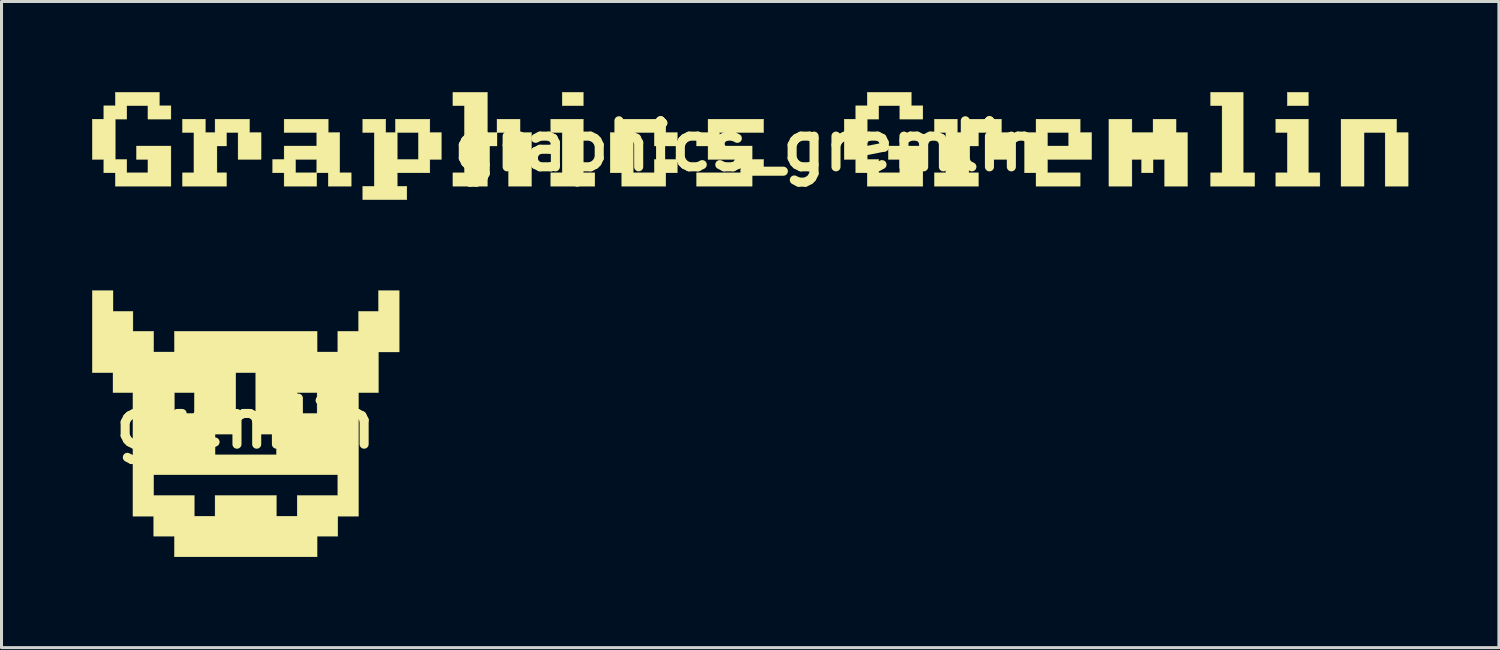
<source format=kicad_pcb>
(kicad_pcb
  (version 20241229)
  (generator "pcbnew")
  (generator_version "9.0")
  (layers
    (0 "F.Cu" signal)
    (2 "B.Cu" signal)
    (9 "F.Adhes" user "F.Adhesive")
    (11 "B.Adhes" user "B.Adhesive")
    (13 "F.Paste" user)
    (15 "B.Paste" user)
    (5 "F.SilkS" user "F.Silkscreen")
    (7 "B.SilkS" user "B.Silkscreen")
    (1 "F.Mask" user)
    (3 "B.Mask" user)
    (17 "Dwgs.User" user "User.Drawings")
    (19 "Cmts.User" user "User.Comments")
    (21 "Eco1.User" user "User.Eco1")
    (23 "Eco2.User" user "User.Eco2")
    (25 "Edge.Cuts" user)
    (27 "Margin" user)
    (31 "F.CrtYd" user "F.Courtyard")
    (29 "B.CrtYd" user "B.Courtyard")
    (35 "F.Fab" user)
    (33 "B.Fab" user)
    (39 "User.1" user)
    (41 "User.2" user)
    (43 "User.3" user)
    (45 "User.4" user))
  (footprint "gremlin"
    (layer "F.Cu")
    (at 5.085 10.965)
    (property "Reference" "gremlin" (at 0 0 0) (layer "F.SilkS") (effects (font (size 1.524 1.524) (thickness 0.3))))
    (attr through_hole)
    (fp_poly (pts (xy -4.394 -3.708) (xy -3.734 -3.708) (xy -3.734 -3.048) (xy -3.048 -3.048) (xy -3.048 -2.362) (xy -2.362 -2.362) (xy -2.362 -3.048) (xy 2.362 -3.048) (xy 2.362 -2.362) (xy 3.048 -2.362) (xy 3.048 -3.048) (xy 3.734 -3.048) (xy 3.734 -3.708) (xy 4.394 -3.708) (xy 4.394 -4.394) (xy 5.08 -4.394) (xy 5.08 -2.362) (xy 4.394 -2.362) (xy 4.394 -1.016) (xy 3.734 -1.016) (xy 3.734 3.073) (xy 3.048 3.073) (xy 3.048 3.734) (xy 2.362 3.734) (xy 2.362 4.42) (xy -2.362 4.42) (xy -2.362 3.734) (xy -3.048 3.734) (xy -3.048 3.073) (xy -3.734 3.073) (xy -3.734 1.702) (xy -3.048 1.702) (xy -3.048 2.388) (xy -1.702 2.388) (xy -1.702 3.073) (xy -1.016 3.073) (xy -1.016 2.388) (xy 1.016 2.388) (xy 1.016 3.073) (xy 1.702 3.073) (xy 1.702 2.388) (xy 3.048 2.388) (xy 3.048 1.702) (xy -3.048 1.702) (xy -3.734 1.702) (xy -3.734 0.356) (xy -1.016 0.356) (xy -1.016 1.041) (xy 1.016 1.041) (xy 1.016 0.356) (xy 0.33 0.356) (xy 0.33 -1.016) (xy 1.702 -1.016) (xy 1.702 -0.33) (xy 2.362 -0.33) (xy 2.362 -1.016) (xy 1.702 -1.016) (xy 0.33 -1.016) (xy 0.33 -1.676) (xy -0.33 -1.676) (xy -0.33 0.356) (xy -1.016 0.356) (xy -3.734 0.356) (xy -3.734 -1.016) (xy -2.362 -1.016) (xy -2.362 -0.33) (xy -1.702 -0.33) (xy -1.702 -1.016) (xy -2.362 -1.016) (xy -3.734 -1.016) (xy -4.394 -1.016) (xy -4.394 -1.676) (xy -5.08 -1.676) (xy -5.08 -4.394) (xy -4.394 -4.394) (xy -4.394 -3.708)) (stroke (width 0.01) (type solid)) (fill yes) (layer "F.SilkS")))
  (footprint "graphics_gremlin"
    (layer "F.Cu")
    (at 21.722 1.783)
    (property "Reference" "graphics_gremlin" (at 0 0 0) (layer "F.SilkS") (effects (font (size 1.524 1.524) (thickness 0.3))))
    (attr through_hole)
    (fp_poly (pts (xy -5.461 -1.333) (xy -6.16 -1.333) (xy -6.16 -1.778) (xy -5.461 -1.778) (xy -5.461 -1.333)) (stroke (width 0.01) (type solid)) (fill yes) (layer "F.SilkS"))
    (fp_poly (pts (xy 18.542 -1.333) (xy 17.843 -1.333) (xy 17.843 -1.778) (xy 18.542 -1.778) (xy 18.542 -1.333)) (stroke (width 0.01) (type solid)) (fill yes) (layer "F.SilkS"))
    (fp_poly (pts (xy -8.319 -0.889) (xy -7.556 -0.889) (xy -7.556 -0.445) (xy -7.176 -0.445) (xy -7.176 1.333) (xy -7.938 1.333) (xy -7.938 -0.445) (xy -8.319 -0.445) (xy -8.319 -0.889)) (stroke (width 0.01) (type solid)) (fill yes) (layer "F.SilkS"))
    (fp_poly (pts (xy -5.461 0.889) (xy -5.08 0.889) (xy -5.08 1.333) (xy -6.54 1.333) (xy -6.54 0.889) (xy -6.16 0.889) (xy -6.16 -0.445) (xy -6.54 -0.445) (xy -6.54 -0.889) (xy -5.461 -0.889) (xy -5.461 0.889)) (stroke (width 0.01) (type solid)) (fill yes) (layer "F.SilkS"))
    (fp_poly (pts (xy 16.383 0.889) (xy 16.764 0.889) (xy 16.764 1.333) (xy 15.303 1.333) (xy 15.303 0.889) (xy 15.684 0.889) (xy 15.684 -1.333) (xy 15.303 -1.333) (xy 15.303 -1.778) (xy 16.383 -1.778) (xy 16.383 0.889)) (stroke (width 0.01) (type solid)) (fill yes) (layer "F.SilkS"))
    (fp_poly (pts (xy 18.542 0.889) (xy 18.923 0.889) (xy 18.923 1.333) (xy 17.462 1.333) (xy 17.462 0.889) (xy 17.843 0.889) (xy 17.843 -0.445) (xy 17.462 -0.445) (xy 17.462 -0.889) (xy 18.542 -0.889) (xy 18.542 0.889)) (stroke (width 0.01) (type solid)) (fill yes) (layer "F.SilkS"))
    (fp_poly (pts (xy 21.463 -0.445) (xy 21.844 -0.445) (xy 21.844 1.333) (xy 21.082 1.333) (xy 21.082 -0.445) (xy 20.384 -0.445) (xy 20.384 1.333) (xy 19.622 1.333) (xy 19.622 -0.889) (xy 21.463 -0.889) (xy 21.463 -0.445)) (stroke (width 0.01) (type solid)) (fill yes) (layer "F.SilkS"))
    (fp_poly (pts (xy -8.319 0) (xy -8.636 0) (xy -8.636 1.333) (xy -9.779 1.333) (xy -9.779 0.889) (xy -9.398 0.889) (xy -9.398 -1.333) (xy -9.779 -1.333) (xy -9.779 -1.778) (xy -8.636 -1.778) (xy -8.636 -0.445) (xy -8.319 -0.445) (xy -8.319 0)) (stroke (width 0.01) (type solid)) (fill yes) (layer "F.SilkS"))
    (fp_poly (pts (xy 12.7 -0.445) (xy 13.399 -0.445) (xy 13.399 -0.889) (xy 14.161 -0.889) (xy 14.161 -0.445) (xy 14.541 -0.445) (xy 14.541 1.333) (xy 13.78 1.333) (xy 13.78 0.445) (xy 13.399 0.445) (xy 13.399 0.889) (xy 13.018 0.889) (xy 13.018 0.445) (xy 12.7 0.445) (xy 12.7 1.333) (xy 11.938 1.333) (xy 11.938 -0.889) (xy 12.7 -0.889) (xy 12.7 -0.445)) (stroke (width 0.01) (type solid)) (fill yes) (layer "F.SilkS"))
    (fp_poly (pts (xy -2.731 -0.445) (xy -2.349 -0.445) (xy -2.349 0) (xy -3.111 0) (xy -3.111 -0.445) (xy -3.81 -0.445) (xy -3.81 0.889) (xy -3.111 0.889) (xy -3.111 0.445) (xy -2.349 0.445) (xy -2.349 0.889) (xy -2.731 0.889) (xy -2.731 1.333) (xy -4.191 1.333) (xy -4.191 0.889) (xy -4.572 0.889) (xy -4.572 -0.445) (xy -4.191 -0.445) (xy -4.191 -0.889) (xy -2.731 -0.889) (xy -2.731 -0.445)) (stroke (width 0.01) (type solid)) (fill yes) (layer "F.SilkS"))
    (fp_poly (pts (xy 0.508 -0.445) (xy -0.953 -0.445) (xy -0.953 0) (xy 0.127 0) (xy 0.127 0.445) (xy 0.508 0.445) (xy 0.508 0.889) (xy 0.127 0.889) (xy 0.127 1.333) (xy -1.714 1.333) (xy -1.714 0.889) (xy -0.254 0.889) (xy -0.254 0.445) (xy -1.333 0.445) (xy -1.333 0) (xy -1.714 0) (xy -1.714 -0.445) (xy -1.333 -0.445) (xy -1.333 -0.889) (xy 0.508 -0.889) (xy 0.508 -0.445)) (stroke (width 0.01) (type solid)) (fill yes) (layer "F.SilkS"))
    (fp_poly (pts (xy 10.986 -0.445) (xy 11.367 -0.445) (xy 11.367 0.445) (xy 9.906 0.445) (xy 9.906 0.889) (xy 10.986 0.889) (xy 10.986 1.333) (xy 9.525 1.333) (xy 9.525 0.889) (xy 9.144 0.889) (xy 9.144 -0.445) (xy 9.525 -0.445) (xy 9.906 -0.445) (xy 9.906 0) (xy 10.604 0) (xy 10.604 -0.445) (xy 9.906 -0.445) (xy 9.525 -0.445) (xy 9.525 -0.889) (xy 10.986 -0.889) (xy 10.986 -0.445)) (stroke (width 0.01) (type solid)) (fill yes) (layer "F.SilkS"))
    (fp_poly (pts (xy -17.971 -0.445) (xy -17.653 -0.445) (xy -17.653 -0.889) (xy -16.51 -0.889) (xy -16.51 -0.445) (xy -16.129 -0.445) (xy -16.129 0.445) (xy -16.891 0.445) (xy -16.891 -0.445) (xy -17.272 -0.445) (xy -17.272 0) (xy -17.59 0) (xy -17.59 0.889) (xy -17.272 0.889) (xy -17.272 1.333) (xy -18.733 1.333) (xy -18.733 0.889) (xy -18.352 0.889) (xy -18.352 -0.445) (xy -18.733 -0.445) (xy -18.733 -0.889) (xy -17.971 -0.889) (xy -17.971 -0.445)) (stroke (width 0.01) (type solid)) (fill yes) (layer "F.SilkS"))
    (fp_poly (pts (xy 6.921 -0.445) (xy 7.239 -0.445) (xy 7.239 -0.889) (xy 8.382 -0.889) (xy 8.382 -0.445) (xy 8.763 -0.445) (xy 8.763 0.445) (xy 8.001 0.445) (xy 8.001 -0.445) (xy 7.62 -0.445) (xy 7.62 0) (xy 7.303 0) (xy 7.303 0.889) (xy 7.62 0.889) (xy 7.62 1.333) (xy 6.16 1.333) (xy 6.16 0.889) (xy 6.54 0.889) (xy 6.54 -0.445) (xy 6.16 -0.445) (xy 6.16 -0.889) (xy 6.921 -0.889) (xy 6.921 -0.445)) (stroke (width 0.01) (type solid)) (fill yes) (layer "F.SilkS"))
    (fp_poly (pts (xy -13.906 -0.445) (xy -13.525 -0.445) (xy -13.525 0.889) (xy -13.145 0.889) (xy -13.145 1.333) (xy -13.906 1.333) (xy -13.906 0.889) (xy -14.287 0.889) (xy -14.287 1.333) (xy -15.367 1.333) (xy -15.367 0.889) (xy -15.748 0.889) (xy -15.748 0.445) (xy -15.367 0.445) (xy -14.986 0.445) (xy -14.986 0.889) (xy -14.287 0.889) (xy -14.287 0.445) (xy -14.986 0.445) (xy -15.367 0.445) (xy -15.367 0) (xy -14.287 0) (xy -14.287 -0.445) (xy -15.367 -0.445) (xy -15.367 -0.889) (xy -13.906 -0.889) (xy -13.906 -0.445)) (stroke (width 0.01) (type solid)) (fill yes) (layer "F.SilkS"))
    (fp_poly (pts (xy -12.002 -0.445) (xy -11.684 -0.445) (xy -11.62 -0.445) (xy -11.62 0.445) (xy -10.922 0.445) (xy -10.922 -0.445) (xy -11.62 -0.445) (xy -11.684 -0.445) (xy -11.684 -0.889) (xy -10.541 -0.889) (xy -10.541 -0.445) (xy -10.16 -0.445) (xy -10.16 0.445) (xy -10.541 0.445) (xy -10.541 0.889) (xy -11.62 0.889) (xy -11.62 1.333) (xy -11.303 1.333) (xy -11.303 1.778) (xy -12.764 1.778) (xy -12.764 1.333) (xy -12.383 1.333) (xy -12.383 -0.445) (xy -12.764 -0.445) (xy -12.764 -0.889) (xy -12.002 -0.889) (xy -12.002 -0.445)) (stroke (width 0.01) (type solid)) (fill yes) (layer "F.SilkS"))
    (fp_poly (pts (xy -19.494 -1.333) (xy -19.113 -1.333) (xy -19.113 -0.889) (xy -19.875 -0.889) (xy -19.875 -1.333) (xy -20.574 -1.333) (xy -20.574 -0.889) (xy -20.955 -0.889) (xy -20.955 0.445) (xy -20.574 0.445) (xy -20.574 0.889) (xy -19.875 0.889) (xy -19.875 0.445) (xy -20.256 0.445) (xy -20.256 0) (xy -19.113 0) (xy -19.113 1.333) (xy -20.955 1.333) (xy -20.955 0.889) (xy -21.336 0.889) (xy -21.336 0.445) (xy -21.717 0.445) (xy -21.717 -0.889) (xy -21.336 -0.889) (xy -21.336 -1.333) (xy -20.955 -1.333) (xy -20.955 -1.778) (xy -19.494 -1.778) (xy -19.494 -1.333)) (stroke (width 0.01) (type solid)) (fill yes) (layer "F.SilkS"))
    (fp_poly (pts (xy 5.397 -1.333) (xy 5.779 -1.333) (xy 5.779 -0.889) (xy 5.016 -0.889) (xy 5.016 -1.333) (xy 4.318 -1.333) (xy 4.318 -0.889) (xy 3.937 -0.889) (xy 3.937 0.445) (xy 4.318 0.445) (xy 4.318 0.889) (xy 5.016 0.889) (xy 5.016 0.445) (xy 4.636 0.445) (xy 4.636 0) (xy 5.779 0) (xy 5.779 1.333) (xy 3.937 1.333) (xy 3.937 0.889) (xy 3.556 0.889) (xy 3.556 0.445) (xy 3.175 0.445) (xy 3.175 -0.889) (xy 3.556 -0.889) (xy 3.556 -1.333) (xy 3.937 -1.333) (xy 3.937 -1.778) (xy 5.397 -1.778) (xy 5.397 -1.333)) (stroke (width 0.01) (type solid)) (fill yes) (layer "F.SilkS")))
  (gr_rect
    (start -3 -3)
    (end 46.571 18.39)
    (stroke (width 0.1) (type default))
    (fill no)
    (layer "Edge.Cuts")))
</source>
